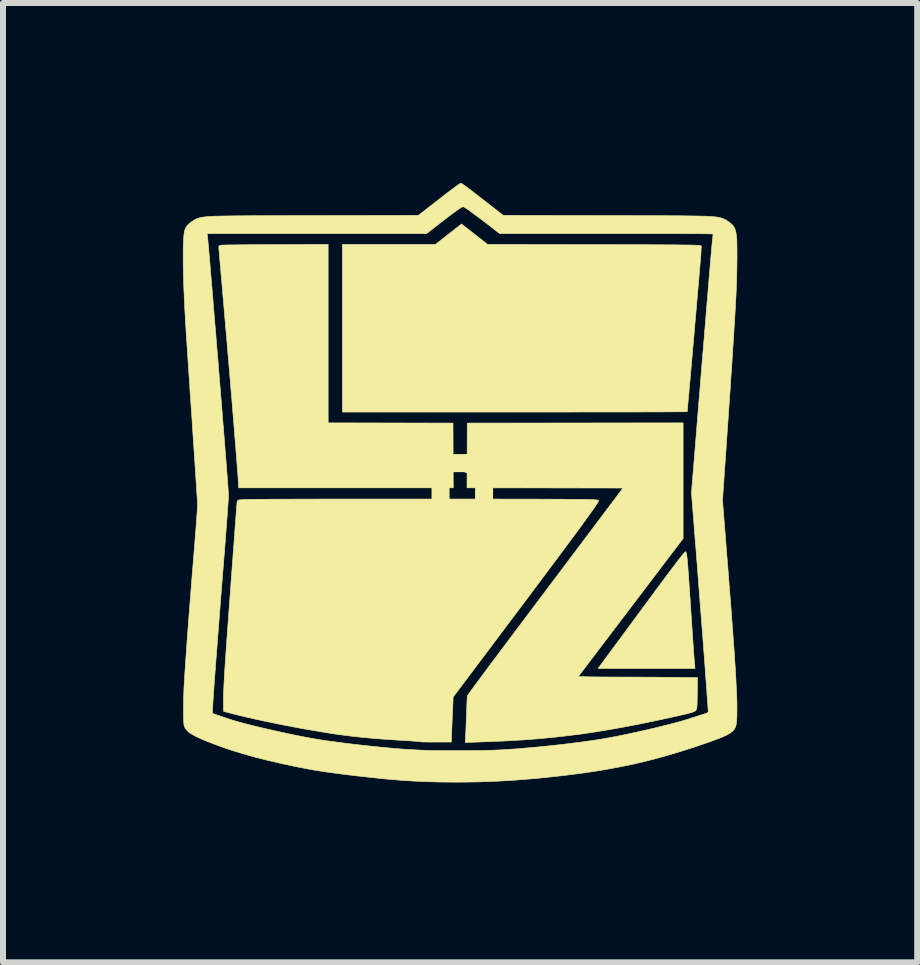
<source format=kicad_pcb>
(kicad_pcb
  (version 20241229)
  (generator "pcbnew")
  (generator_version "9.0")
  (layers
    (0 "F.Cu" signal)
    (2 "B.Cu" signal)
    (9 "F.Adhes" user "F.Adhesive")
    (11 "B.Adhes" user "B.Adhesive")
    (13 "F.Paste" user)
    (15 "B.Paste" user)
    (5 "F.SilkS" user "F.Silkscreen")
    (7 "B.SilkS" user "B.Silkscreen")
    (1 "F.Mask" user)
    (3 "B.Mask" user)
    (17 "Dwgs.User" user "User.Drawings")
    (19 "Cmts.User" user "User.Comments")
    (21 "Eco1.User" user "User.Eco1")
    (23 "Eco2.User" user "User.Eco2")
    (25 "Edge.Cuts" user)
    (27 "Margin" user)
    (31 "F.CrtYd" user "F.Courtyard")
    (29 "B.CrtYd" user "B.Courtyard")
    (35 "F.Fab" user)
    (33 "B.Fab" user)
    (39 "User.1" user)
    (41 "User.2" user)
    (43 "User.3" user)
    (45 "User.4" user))
  (footprint "b"
    (layer "F.Cu")
    (at 4.623 5)
    (property "Reference" "b" (at 0 0 0) (layer "F.SilkS") (effects (font (size 1.524 1.524) (thickness 0.3))))
    (attr through_hole)
    (fp_poly (pts (xy -2.201 -0.998) (xy -0.119 -0.995) (xy -0.115 0.085) (xy -3.692 0.085) (xy -3.701 -0.053) (xy -3.704 -0.097) (xy -3.708 -0.152) (xy -3.713 -0.218) (xy -3.719 -0.293) (xy -3.725 -0.377) (xy -3.733 -0.469) (xy -3.74 -0.568) (xy -3.749 -0.673) (xy -3.758 -0.784) (xy -3.767 -0.9) (xy -3.777 -1.02) (xy -3.787 -1.142) (xy -3.797 -1.267) (xy -3.807 -1.393) (xy -3.814 -1.473) (xy -3.821 -1.553) (xy -3.827 -1.631) (xy -3.833 -1.706) (xy -3.84 -1.78) (xy -3.846 -1.852) (xy -3.852 -1.925) (xy -3.858 -2) (xy -3.865 -2.076) (xy -3.872 -2.155) (xy -3.879 -2.237) (xy -3.886 -2.324) (xy -3.894 -2.417) (xy -3.903 -2.516) (xy -3.912 -2.622) (xy -3.922 -2.736) (xy -3.933 -2.86) (xy -3.944 -2.993) (xy -3.957 -3.136) (xy -3.964 -3.22) (xy -3.971 -3.302) (xy -3.978 -3.382) (xy -3.985 -3.459) (xy -3.991 -3.532) (xy -3.997 -3.601) (xy -4.003 -3.664) (xy -4.007 -3.719) (xy -4.012 -3.767) (xy -4.015 -3.805) (xy -4.017 -3.834) (xy -4.018 -3.845) (xy -4.022 -3.887) (xy -4.023 -3.917) (xy -4.023 -3.938) (xy -4.02 -3.949) (xy -4.019 -3.951) (xy -4.007 -3.955) (xy -3.985 -3.96) (xy -3.97 -3.963) (xy -3.957 -3.963) (xy -3.93 -3.964) (xy -3.889 -3.965) (xy -3.836 -3.966) (xy -3.772 -3.966) (xy -3.697 -3.967) (xy -3.614 -3.968) (xy -3.522 -3.969) (xy -3.423 -3.969) (xy -3.318 -3.97) (xy -3.208 -3.971) (xy -3.094 -3.971) (xy -3.065 -3.971) (xy -2.201 -3.975) (xy -2.201 -0.998)) (stroke (width 0.01) (type solid)) (fill yes) (layer "F.SilkS"))
    (fp_poly (pts (xy 3.763 1.153) (xy 3.77 1.168) (xy 3.776 1.194) (xy 3.778 1.21) (xy 3.78 1.221) (xy 3.782 1.232) (xy 3.783 1.244) (xy 3.785 1.257) (xy 3.787 1.272) (xy 3.788 1.289) (xy 3.79 1.308) (xy 3.792 1.331) (xy 3.794 1.357) (xy 3.797 1.388) (xy 3.799 1.424) (xy 3.802 1.466) (xy 3.806 1.513) (xy 3.81 1.567) (xy 3.814 1.628) (xy 3.818 1.697) (xy 3.824 1.774) (xy 3.829 1.859) (xy 3.836 1.954) (xy 3.843 2.059) (xy 3.85 2.175) (xy 3.859 2.301) (xy 3.868 2.439) (xy 3.868 2.44) (xy 3.875 2.552) (xy 3.882 2.654) (xy 3.889 2.745) (xy 3.894 2.826) (xy 3.899 2.895) (xy 3.904 2.954) (xy 3.908 3.001) (xy 3.911 3.036) (xy 3.913 3.06) (xy 3.914 3.068) (xy 3.918 3.096) (xy 2.3 3.096) (xy 2.315 3.077) (xy 2.321 3.069) (xy 2.334 3.051) (xy 2.354 3.025) (xy 2.38 2.99) (xy 2.411 2.947) (xy 2.448 2.897) (xy 2.489 2.841) (xy 2.534 2.78) (xy 2.583 2.714) (xy 2.635 2.643) (xy 2.69 2.569) (xy 2.746 2.492) (xy 2.754 2.483) (xy 2.858 2.341) (xy 2.955 2.209) (xy 3.045 2.087) (xy 3.128 1.975) (xy 3.205 1.871) (xy 3.274 1.777) (xy 3.338 1.691) (xy 3.396 1.613) (xy 3.448 1.543) (xy 3.495 1.48) (xy 3.537 1.425) (xy 3.574 1.376) (xy 3.606 1.333) (xy 3.634 1.297) (xy 3.658 1.267) (xy 3.677 1.242) (xy 3.693 1.222) (xy 3.694 1.221) (xy 3.713 1.198) (xy 3.73 1.177) (xy 3.742 1.163) (xy 3.746 1.157) (xy 3.755 1.15) (xy 3.763 1.153)) (stroke (width 0.01) (type solid)) (fill yes) (layer "F.SilkS"))
    (fp_poly (pts (xy 0.24 -4.145) (xy 0.458 -3.974) (xy 2.159 -3.971) (xy 2.359 -3.971) (xy 2.544 -3.971) (xy 2.715 -3.97) (xy 2.872 -3.97) (xy 3.017 -3.969) (xy 3.148 -3.969) (xy 3.268 -3.968) (xy 3.376 -3.968) (xy 3.473 -3.967) (xy 3.56 -3.967) (xy 3.638 -3.966) (xy 3.706 -3.965) (xy 3.766 -3.965) (xy 3.818 -3.964) (xy 3.862 -3.963) (xy 3.899 -3.962) (xy 3.93 -3.961) (xy 3.956 -3.959) (xy 3.976 -3.958) (xy 3.992 -3.957) (xy 4.004 -3.955) (xy 4.012 -3.953) (xy 4.017 -3.951) (xy 4.02 -3.95) (xy 4.021 -3.943) (xy 4.021 -3.924) (xy 4.019 -3.894) (xy 4.017 -3.854) (xy 4.014 -3.803) (xy 4.009 -3.743) (xy 4.004 -3.673) (xy 3.997 -3.595) (xy 3.991 -3.525) (xy 3.983 -3.431) (xy 3.975 -3.329) (xy 3.965 -3.221) (xy 3.955 -3.108) (xy 3.945 -2.99) (xy 3.935 -2.87) (xy 3.924 -2.747) (xy 3.913 -2.623) (xy 3.903 -2.499) (xy 3.892 -2.376) (xy 3.881 -2.256) (xy 3.871 -2.138) (xy 3.861 -2.025) (xy 3.852 -1.918) (xy 3.843 -1.817) (xy 3.835 -1.723) (xy 3.827 -1.639) (xy 3.82 -1.564) (xy 3.815 -1.499) (xy 3.814 -1.49) (xy 3.808 -1.431) (xy 3.803 -1.376) (xy 3.799 -1.325) (xy 3.795 -1.281) (xy 3.792 -1.243) (xy 3.789 -1.214) (xy 3.788 -1.195) (xy 3.787 -1.186) (xy 3.787 -1.186) (xy 3.782 -1.185) (xy 3.765 -1.185) (xy 3.738 -1.184) (xy 3.699 -1.183) (xy 3.649 -1.183) (xy 3.587 -1.183) (xy 3.513 -1.182) (xy 3.426 -1.182) (xy 3.328 -1.181) (xy 3.217 -1.181) (xy 3.092 -1.181) (xy 2.955 -1.18) (xy 2.805 -1.18) (xy 2.64 -1.18) (xy 2.463 -1.18) (xy 2.271 -1.18) (xy 2.065 -1.18) (xy 1.845 -1.179) (xy 1.61 -1.179) (xy 1.36 -1.179) (xy 1.096 -1.179) (xy 0.912 -1.179) (xy -1.963 -1.179) (xy -1.963 -3.973) (xy -0.412 -3.973) (xy -0.195 -4.144) (xy 0.023 -4.315) (xy 0.24 -4.145)) (stroke (width 0.01) (type solid)) (fill yes) (layer "F.SilkS"))
    (fp_poly (pts (xy 3.718 0.93) (xy 1.97 3.232) (xy 2.122 3.236) (xy 2.158 3.237) (xy 2.207 3.238) (xy 2.268 3.238) (xy 2.338 3.239) (xy 2.417 3.239) (xy 2.501 3.24) (xy 2.588 3.24) (xy 2.678 3.241) (xy 2.756 3.241) (xy 2.855 3.241) (xy 2.961 3.241) (xy 3.07 3.242) (xy 3.18 3.242) (xy 3.288 3.243) (xy 3.391 3.244) (xy 3.485 3.244) (xy 3.568 3.245) (xy 3.597 3.246) (xy 3.957 3.25) (xy 3.955 3.504) (xy 3.954 3.57) (xy 3.953 3.625) (xy 3.952 3.671) (xy 3.951 3.707) (xy 3.949 3.736) (xy 3.945 3.759) (xy 3.941 3.776) (xy 3.935 3.789) (xy 3.928 3.798) (xy 3.919 3.806) (xy 3.909 3.812) (xy 3.897 3.818) (xy 3.882 3.824) (xy 3.857 3.832) (xy 3.82 3.842) (xy 3.771 3.855) (xy 3.711 3.869) (xy 3.638 3.886) (xy 3.551 3.905) (xy 3.451 3.927) (xy 3.337 3.952) (xy 3.31 3.957) (xy 3.035 4.015) (xy 2.771 4.066) (xy 2.516 4.112) (xy 2.269 4.153) (xy 2.028 4.189) (xy 1.79 4.219) (xy 1.553 4.246) (xy 1.316 4.268) (xy 1.076 4.287) (xy 0.833 4.301) (xy 0.808 4.303) (xy 0.762 4.305) (xy 0.706 4.308) (xy 0.644 4.31) (xy 0.578 4.313) (xy 0.509 4.316) (xy 0.439 4.319) (xy 0.37 4.321) (xy 0.306 4.324) (xy 0.246 4.326) (xy 0.195 4.328) (xy 0.153 4.329) (xy 0.123 4.33) (xy 0.11 4.33) (xy 0.084 4.33) (xy 0.088 4.289) (xy 0.089 4.276) (xy 0.09 4.251) (xy 0.092 4.217) (xy 0.094 4.174) (xy 0.096 4.125) (xy 0.098 4.07) (xy 0.101 4.011) (xy 0.103 3.948) (xy 0.104 3.916) (xy 0.107 3.853) (xy 0.109 3.793) (xy 0.111 3.737) (xy 0.113 3.686) (xy 0.115 3.643) (xy 0.117 3.607) (xy 0.118 3.58) (xy 0.119 3.563) (xy 0.12 3.558) (xy 0.122 3.554) (xy 0.127 3.545) (xy 0.136 3.532) (xy 0.149 3.513) (xy 0.165 3.49) (xy 0.186 3.461) (xy 0.211 3.427) (xy 0.24 3.386) (xy 0.275 3.34) (xy 0.314 3.287) (xy 0.358 3.227) (xy 0.408 3.16) (xy 0.463 3.086) (xy 0.524 3.004) (xy 0.591 2.915) (xy 0.664 2.817) (xy 0.744 2.711) (xy 0.83 2.596) (xy 0.922 2.473) (xy 1.022 2.34) (xy 1.129 2.198) (xy 1.243 2.046) (xy 1.365 1.884) (xy 1.42 1.811) (xy 2.716 0.088) (xy 0.115 0.085) (xy 0.117 -0.455) (xy 0.119 -0.995) (xy 3.718 -0.998) (xy 3.718 0.93)) (stroke (width 0.01) (type solid)) (fill yes) (layer "F.SilkS"))
    (fp_poly (pts (xy -0.514 0.272) (xy -0.265 0.272) (xy -0.03 0.272) (xy 0.19 0.272) (xy 0.396 0.272) (xy 0.589 0.272) (xy 0.769 0.273) (xy 0.937 0.273) (xy 1.093 0.273) (xy 1.236 0.273) (xy 1.369 0.274) (xy 1.491 0.274) (xy 1.602 0.275) (xy 1.703 0.275) (xy 1.795 0.276) (xy 1.877 0.277) (xy 1.951 0.278) (xy 2.016 0.278) (xy 2.073 0.279) (xy 2.123 0.28) (xy 2.165 0.281) (xy 2.201 0.282) (xy 2.23 0.284) (xy 2.254 0.285) (xy 2.272 0.286) (xy 2.284 0.288) (xy 2.288 0.288) (xy 2.304 0.294) (xy 2.309 0.301) (xy 2.307 0.308) (xy 2.301 0.32) (xy 2.291 0.337) (xy 2.276 0.36) (xy 2.257 0.389) (xy 2.233 0.424) (xy 2.204 0.465) (xy 2.17 0.513) (xy 2.131 0.567) (xy 2.086 0.628) (xy 2.037 0.697) (xy 1.981 0.773) (xy 1.92 0.856) (xy 1.852 0.947) (xy 1.779 1.046) (xy 1.699 1.153) (xy 1.613 1.269) (xy 1.52 1.393) (xy 1.421 1.526) (xy 1.315 1.668) (xy 1.201 1.82) (xy 1.081 1.981) (xy 0.953 2.151) (xy 0.817 2.331) (xy 0.674 2.522) (xy 0.615 2.601) (xy -0.116 3.573) (xy -0.131 3.914) (xy -0.134 3.978) (xy -0.136 4.039) (xy -0.139 4.097) (xy -0.141 4.149) (xy -0.143 4.195) (xy -0.144 4.234) (xy -0.145 4.263) (xy -0.146 4.283) (xy -0.146 4.289) (xy -0.146 4.324) (xy -0.399 4.324) (xy -0.46 4.324) (xy -0.516 4.324) (xy -0.564 4.323) (xy -0.605 4.323) (xy -0.634 4.322) (xy -0.652 4.322) (xy -0.655 4.321) (xy -0.666 4.319) (xy -0.691 4.316) (xy -0.731 4.312) (xy -0.786 4.308) (xy -0.854 4.303) (xy -0.937 4.298) (xy -1.008 4.294) (xy -1.221 4.28) (xy -1.422 4.265) (xy -1.612 4.248) (xy -1.795 4.228) (xy -1.973 4.206) (xy -2.148 4.181) (xy -2.232 4.167) (xy -2.401 4.139) (xy -2.573 4.11) (xy -2.746 4.078) (xy -2.917 4.046) (xy -3.085 4.012) (xy -3.248 3.979) (xy -3.403 3.945) (xy -3.549 3.912) (xy -3.684 3.88) (xy -3.803 3.85) (xy -3.945 3.813) (xy -3.947 3.677) (xy -3.947 3.649) (xy -3.947 3.619) (xy -3.947 3.585) (xy -3.946 3.548) (xy -3.945 3.506) (xy -3.943 3.46) (xy -3.94 3.409) (xy -3.938 3.353) (xy -3.934 3.291) (xy -3.93 3.223) (xy -3.926 3.148) (xy -3.921 3.066) (xy -3.915 2.977) (xy -3.908 2.88) (xy -3.901 2.775) (xy -3.893 2.661) (xy -3.884 2.538) (xy -3.875 2.405) (xy -3.864 2.263) (xy -3.853 2.11) (xy -3.841 1.947) (xy -3.828 1.772) (xy -3.815 1.587) (xy -3.81 1.524) (xy -3.802 1.417) (xy -3.794 1.312) (xy -3.787 1.21) (xy -3.779 1.111) (xy -3.772 1.017) (xy -3.766 0.928) (xy -3.759 0.844) (xy -3.754 0.767) (xy -3.749 0.698) (xy -3.744 0.636) (xy -3.74 0.584) (xy -3.737 0.541) (xy -3.735 0.508) (xy -3.733 0.487) (xy -3.733 0.484) (xy -3.729 0.431) (xy -3.726 0.39) (xy -3.723 0.358) (xy -3.721 0.334) (xy -3.718 0.316) (xy -3.714 0.305) (xy -3.711 0.298) (xy -3.706 0.293) (xy -3.7 0.291) (xy -3.696 0.29) (xy -3.689 0.288) (xy -3.679 0.286) (xy -3.666 0.285) (xy -3.649 0.284) (xy -3.627 0.283) (xy -3.6 0.281) (xy -3.568 0.28) (xy -3.531 0.279) (xy -3.487 0.278) (xy -3.437 0.278) (xy -3.379 0.277) (xy -3.314 0.276) (xy -3.241 0.276) (xy -3.159 0.275) (xy -3.069 0.274) (xy -2.969 0.274) (xy -2.859 0.274) (xy -2.739 0.273) (xy -2.608 0.273) (xy -2.467 0.273) (xy -2.313 0.272) (xy -2.148 0.272) (xy -1.97 0.272) (xy -1.779 0.272) (xy -1.574 0.272) (xy -1.356 0.272) (xy -1.123 0.272) (xy -0.876 0.272) (xy -0.777 0.272) (xy -0.514 0.272)) (stroke (width 0.01) (type solid)) (fill yes) (layer "F.SilkS"))
    (fp_poly (pts (xy 0.02 -4.992) (xy 0.035 -4.983) (xy 0.058 -4.967) (xy 0.09 -4.945) (xy 0.13 -4.915) (xy 0.179 -4.878) (xy 0.237 -4.833) (xy 0.306 -4.78) (xy 0.384 -4.719) (xy 0.419 -4.692) (xy 0.72 -4.458) (xy 2.344 -4.455) (xy 2.54 -4.455) (xy 2.722 -4.455) (xy 2.889 -4.454) (xy 3.043 -4.454) (xy 3.185 -4.454) (xy 3.314 -4.453) (xy 3.431 -4.453) (xy 3.538 -4.452) (xy 3.634 -4.452) (xy 3.72 -4.451) (xy 3.798 -4.45) (xy 3.867 -4.449) (xy 3.929 -4.448) (xy 3.983 -4.447) (xy 4.031 -4.446) (xy 4.074 -4.445) (xy 4.111 -4.444) (xy 4.143 -4.442) (xy 4.172 -4.441) (xy 4.197 -4.439) (xy 4.22 -4.437) (xy 4.241 -4.435) (xy 4.261 -4.433) (xy 4.28 -4.43) (xy 4.281 -4.43) (xy 4.341 -4.419) (xy 4.392 -4.402) (xy 4.439 -4.378) (xy 4.483 -4.348) (xy 4.517 -4.321) (xy 4.544 -4.295) (xy 4.564 -4.268) (xy 4.58 -4.238) (xy 4.592 -4.203) (xy 4.601 -4.162) (xy 4.608 -4.112) (xy 4.612 -4.073) (xy 4.614 -4.04) (xy 4.615 -3.996) (xy 4.616 -3.942) (xy 4.617 -3.88) (xy 4.617 -3.812) (xy 4.617 -3.738) (xy 4.616 -3.66) (xy 4.615 -3.579) (xy 4.613 -3.497) (xy 4.611 -3.415) (xy 4.609 -3.334) (xy 4.606 -3.255) (xy 4.603 -3.18) (xy 4.6 -3.111) (xy 4.599 -3.099) (xy 4.595 -3.025) (xy 4.591 -2.946) (xy 4.586 -2.863) (xy 4.581 -2.776) (xy 4.576 -2.683) (xy 4.569 -2.585) (xy 4.563 -2.48) (xy 4.556 -2.369) (xy 4.548 -2.252) (xy 4.54 -2.126) (xy 4.532 -1.994) (xy 4.522 -1.853) (xy 4.512 -1.703) (xy 4.502 -1.544) (xy 4.49 -1.376) (xy 4.478 -1.198) (xy 4.465 -1.009) (xy 4.451 -0.81) (xy 4.437 -0.599) (xy 4.423 -0.4) (xy 4.375 0.291) (xy 4.427 0.945) (xy 4.442 1.142) (xy 4.457 1.328) (xy 4.471 1.502) (xy 4.483 1.666) (xy 4.495 1.819) (xy 4.507 1.963) (xy 4.517 2.098) (xy 4.527 2.225) (xy 4.535 2.343) (xy 4.544 2.453) (xy 4.551 2.557) (xy 4.558 2.654) (xy 4.565 2.744) (xy 4.571 2.829) (xy 4.576 2.909) (xy 4.581 2.985) (xy 4.586 3.056) (xy 4.59 3.123) (xy 4.594 3.188) (xy 4.597 3.25) (xy 4.6 3.309) (xy 4.603 3.367) (xy 4.606 3.424) (xy 4.609 3.48) (xy 4.611 3.535) (xy 4.611 3.538) (xy 4.614 3.614) (xy 4.616 3.688) (xy 4.616 3.76) (xy 4.616 3.827) (xy 4.615 3.888) (xy 4.612 3.942) (xy 4.609 3.987) (xy 4.605 4.022) (xy 4.603 4.034) (xy 4.594 4.064) (xy 4.582 4.092) (xy 4.566 4.118) (xy 4.543 4.143) (xy 4.513 4.167) (xy 4.475 4.191) (xy 4.429 4.215) (xy 4.372 4.241) (xy 4.304 4.268) (xy 4.224 4.298) (xy 4.131 4.331) (xy 4.091 4.345) (xy 3.878 4.417) (xy 3.674 4.482) (xy 3.476 4.541) (xy 3.283 4.595) (xy 3.091 4.645) (xy 2.9 4.69) (xy 2.706 4.73) (xy 2.508 4.768) (xy 2.304 4.803) (xy 2.091 4.835) (xy 1.867 4.865) (xy 1.631 4.893) (xy 1.587 4.898) (xy 1.258 4.932) (xy 0.939 4.958) (xy 0.624 4.977) (xy 0.311 4.989) (xy -0.004 4.993) (xy -0.325 4.991) (xy -0.405 4.989) (xy -0.532 4.985) (xy -0.656 4.981) (xy -0.779 4.975) (xy -0.903 4.967) (xy -1.03 4.958) (xy -1.162 4.947) (xy -1.302 4.934) (xy -1.45 4.918) (xy -1.61 4.901) (xy -1.766 4.883) (xy -1.907 4.866) (xy -2.035 4.85) (xy -2.151 4.834) (xy -2.26 4.819) (xy -2.362 4.803) (xy -2.461 4.787) (xy -2.559 4.769) (xy -2.657 4.75) (xy -2.759 4.73) (xy -2.764 4.729) (xy -2.995 4.679) (xy -3.212 4.629) (xy -3.416 4.577) (xy -3.608 4.523) (xy -3.79 4.468) (xy -3.962 4.41) (xy -4.127 4.349) (xy -4.129 4.348) (xy -4.227 4.31) (xy -4.31 4.275) (xy -4.38 4.243) (xy -4.438 4.213) (xy -4.485 4.186) (xy -4.521 4.161) (xy -4.531 4.153) (xy -4.562 4.123) (xy -4.583 4.095) (xy -4.597 4.065) (xy -4.605 4.038) (xy -4.607 4.021) (xy -4.609 3.993) (xy -4.611 3.956) (xy -4.612 3.911) (xy -4.613 3.86) (xy -4.613 3.804) (xy -4.613 3.745) (xy -4.612 3.683) (xy -4.612 3.621) (xy -4.61 3.56) (xy -4.608 3.502) (xy -4.606 3.447) (xy -4.604 3.402) (xy -4.598 3.314) (xy -4.593 3.226) (xy -4.588 3.138) (xy -4.582 3.05) (xy -4.576 2.959) (xy -4.569 2.866) (xy -4.563 2.77) (xy -4.555 2.67) (xy -4.548 2.564) (xy -4.539 2.452) (xy -4.53 2.334) (xy -4.521 2.208) (xy -4.51 2.074) (xy -4.499 1.93) (xy -4.487 1.777) (xy -4.474 1.612) (xy -4.468 1.539) (xy -4.457 1.401) (xy -4.447 1.275) (xy -4.437 1.16) (xy -4.429 1.055) (xy -4.421 0.96) (xy -4.415 0.874) (xy -4.408 0.797) (xy -4.403 0.728) (xy -4.398 0.667) (xy -4.394 0.613) (xy -4.391 0.565) (xy -4.388 0.523) (xy -4.385 0.486) (xy -4.383 0.455) (xy -4.382 0.427) (xy -4.381 0.404) (xy -4.38 0.383) (xy -4.38 0.365) (xy -4.38 0.349) (xy -4.38 0.335) (xy -4.381 0.321) (xy -4.381 0.308) (xy -4.382 0.295) (xy -4.383 0.28) (xy -4.384 0.265) (xy -4.385 0.248) (xy -4.386 0.238) (xy -4.39 0.181) (xy -4.394 0.112) (xy -4.399 0.032) (xy -4.405 -0.059) (xy -4.412 -0.16) (xy -4.419 -0.271) (xy -4.427 -0.392) (xy -4.436 -0.522) (xy -4.445 -0.662) (xy -4.455 -0.809) (xy -4.465 -0.965) (xy -4.476 -1.129) (xy -4.488 -1.3) (xy -4.5 -1.477) (xy -4.503 -1.518) (xy -4.513 -1.676) (xy -4.523 -1.822) (xy -4.532 -1.958) (xy -4.541 -2.084) (xy -4.548 -2.2) (xy -4.555 -2.307) (xy -4.562 -2.407) (xy -4.568 -2.499) (xy -4.573 -2.585) (xy -4.578 -2.664) (xy -4.582 -2.738) (xy -4.586 -2.808) (xy -4.59 -2.873) (xy -4.593 -2.935) (xy -4.595 -2.975) (xy -4.601 -3.108) (xy -4.607 -3.237) (xy -4.611 -3.36) (xy -4.614 -3.477) (xy -4.617 -3.589) (xy -4.618 -3.693) (xy -4.618 -3.79) (xy -4.618 -3.879) (xy -4.616 -3.96) (xy -4.613 -4.031) (xy -4.609 -4.092) (xy -4.605 -4.143) (xy -4.603 -4.155) (xy -4.22 -4.155) (xy -4.215 -4.12) (xy -4.213 -4.103) (xy -4.21 -4.079) (xy -4.207 -4.047) (xy -4.203 -4.006) (xy -4.199 -3.958) (xy -4.194 -3.9) (xy -4.188 -3.833) (xy -4.181 -3.757) (xy -4.174 -3.671) (xy -4.166 -3.574) (xy -4.157 -3.467) (xy -4.147 -3.349) (xy -4.136 -3.22) (xy -4.124 -3.079) (xy -4.122 -3.048) (xy -4.1 -2.776) (xy -4.078 -2.516) (xy -4.058 -2.267) (xy -4.038 -2.03) (xy -4.02 -1.805) (xy -4.003 -1.592) (xy -3.986 -1.39) (xy -3.971 -1.2) (xy -3.957 -1.022) (xy -3.943 -0.856) (xy -3.931 -0.702) (xy -3.92 -0.559) (xy -3.909 -0.428) (xy -3.9 -0.309) (xy -3.892 -0.203) (xy -3.885 -0.108) (xy -3.878 -0.024) (xy -3.873 0.047) (xy -3.869 0.106) (xy -3.866 0.153) (xy -3.864 0.188) (xy -3.863 0.211) (xy -3.863 0.218) (xy -3.863 0.232) (xy -3.865 0.258) (xy -3.867 0.294) (xy -3.87 0.34) (xy -3.874 0.395) (xy -3.878 0.458) (xy -3.883 0.529) (xy -3.889 0.606) (xy -3.895 0.69) (xy -3.902 0.778) (xy -3.909 0.871) (xy -3.916 0.968) (xy -3.924 1.068) (xy -3.928 1.122) (xy -3.946 1.346) (xy -3.963 1.559) (xy -3.979 1.76) (xy -3.994 1.95) (xy -4.008 2.129) (xy -4.021 2.297) (xy -4.033 2.455) (xy -4.045 2.603) (xy -4.055 2.741) (xy -4.065 2.869) (xy -4.074 2.988) (xy -4.082 3.097) (xy -4.09 3.198) (xy -4.097 3.291) (xy -4.103 3.375) (xy -4.108 3.452) (xy -4.113 3.52) (xy -4.117 3.582) (xy -4.121 3.636) (xy -4.123 3.683) (xy -4.126 3.724) (xy -4.128 3.758) (xy -4.129 3.786) (xy -4.129 3.809) (xy -4.13 3.826) (xy -4.129 3.838) (xy -4.129 3.845) (xy -4.128 3.847) (xy -4.119 3.85) (xy -4.099 3.857) (xy -4.07 3.868) (xy -4.033 3.88) (xy -3.991 3.894) (xy -3.947 3.909) (xy -3.902 3.924) (xy -3.86 3.938) (xy -3.822 3.951) (xy -3.791 3.961) (xy -3.779 3.964) (xy -3.714 3.983) (xy -3.635 4.005) (xy -3.545 4.028) (xy -3.446 4.053) (xy -3.34 4.079) (xy -3.229 4.105) (xy -3.114 4.131) (xy -2.997 4.157) (xy -2.881 4.182) (xy -2.767 4.206) (xy -2.658 4.228) (xy -2.555 4.248) (xy -2.46 4.265) (xy -2.385 4.278) (xy -2.331 4.287) (xy -2.264 4.297) (xy -2.187 4.308) (xy -2.103 4.319) (xy -2.013 4.331) (xy -1.922 4.343) (xy -1.83 4.354) (xy -1.741 4.365) (xy -1.658 4.374) (xy -1.624 4.378) (xy -1.474 4.394) (xy -1.337 4.408) (xy -1.21 4.42) (xy -1.092 4.431) (xy -0.981 4.44) (xy -0.874 4.447) (xy -0.769 4.453) (xy -0.664 4.459) (xy -0.557 4.463) (xy -0.485 4.465) (xy -0.443 4.466) (xy -0.388 4.467) (xy -0.322 4.467) (xy -0.248 4.468) (xy -0.167 4.468) (xy -0.082 4.468) (xy 0.005 4.468) (xy 0.091 4.468) (xy 0.174 4.467) (xy 0.252 4.466) (xy 0.323 4.466) (xy 0.385 4.465) (xy 0.434 4.464) (xy 0.454 4.463) (xy 0.553 4.46) (xy 0.643 4.456) (xy 0.728 4.452) (xy 0.813 4.446) (xy 0.902 4.44) (xy 1 4.433) (xy 1.039 4.429) (xy 1.183 4.417) (xy 1.331 4.403) (xy 1.48 4.388) (xy 1.629 4.372) (xy 1.776 4.355) (xy 1.918 4.337) (xy 2.053 4.32) (xy 2.18 4.302) (xy 2.296 4.285) (xy 2.398 4.268) (xy 2.406 4.266) (xy 2.536 4.243) (xy 2.674 4.216) (xy 2.819 4.186) (xy 2.968 4.154) (xy 3.117 4.12) (xy 3.263 4.086) (xy 3.404 4.051) (xy 3.536 4.018) (xy 3.656 3.985) (xy 3.678 3.979) (xy 3.716 3.968) (xy 3.762 3.954) (xy 3.812 3.939) (xy 3.864 3.922) (xy 3.918 3.905) (xy 3.969 3.889) (xy 4.017 3.873) (xy 4.06 3.859) (xy 4.094 3.847) (xy 4.118 3.838) (xy 4.131 3.833) (xy 4.131 3.833) (xy 4.136 3.823) (xy 4.137 3.801) (xy 4.136 3.787) (xy 4.135 3.772) (xy 4.133 3.747) (xy 4.131 3.713) (xy 4.128 3.671) (xy 4.124 3.623) (xy 4.12 3.57) (xy 4.116 3.513) (xy 4.114 3.474) (xy 4.108 3.402) (xy 4.102 3.318) (xy 4.095 3.223) (xy 4.087 3.117) (xy 4.079 3) (xy 4.069 2.874) (xy 4.059 2.738) (xy 4.048 2.592) (xy 4.036 2.438) (xy 4.023 2.276) (xy 4.01 2.106) (xy 3.996 1.928) (xy 3.982 1.743) (xy 3.967 1.551) (xy 3.952 1.354) (xy 3.936 1.15) (xy 3.919 0.941) (xy 3.902 0.726) (xy 3.891 0.587) (xy 3.858 0.166) (xy 3.923 -0.626) (xy 3.943 -0.877) (xy 3.963 -1.12) (xy 3.982 -1.355) (xy 4.001 -1.581) (xy 4.018 -1.799) (xy 4.035 -2.007) (xy 4.052 -2.207) (xy 4.068 -2.398) (xy 4.083 -2.58) (xy 4.097 -2.752) (xy 4.11 -2.915) (xy 4.123 -3.067) (xy 4.135 -3.21) (xy 4.146 -3.343) (xy 4.156 -3.465) (xy 4.166 -3.577) (xy 4.174 -3.678) (xy 4.182 -3.768) (xy 4.189 -3.848) (xy 4.195 -3.916) (xy 4.2 -3.973) (xy 4.204 -4.018) (xy 4.208 -4.052) (xy 4.21 -4.074) (xy 4.21 -4.078) (xy 4.214 -4.105) (xy 4.216 -4.127) (xy 4.218 -4.142) (xy 4.218 -4.146) (xy 4.216 -4.147) (xy 4.211 -4.148) (xy 4.201 -4.149) (xy 4.186 -4.15) (xy 4.166 -4.15) (xy 4.14 -4.151) (xy 4.107 -4.151) (xy 4.068 -4.152) (xy 4.02 -4.152) (xy 3.965 -4.153) (xy 3.901 -4.153) (xy 3.827 -4.153) (xy 3.744 -4.154) (xy 3.65 -4.154) (xy 3.545 -4.154) (xy 3.429 -4.154) (xy 3.301 -4.154) (xy 3.16 -4.155) (xy 3.006 -4.155) (xy 2.838 -4.155) (xy 2.657 -4.155) (xy 2.46 -4.155) (xy 0.658 -4.155) (xy 0.581 -4.216) (xy 0.542 -4.246) (xy 0.497 -4.281) (xy 0.449 -4.318) (xy 0.398 -4.357) (xy 0.346 -4.396) (xy 0.296 -4.434) (xy 0.247 -4.47) (xy 0.204 -4.502) (xy 0.166 -4.53) (xy 0.135 -4.552) (xy 0.114 -4.567) (xy 0.112 -4.568) (xy 0.087 -4.583) (xy 0.066 -4.595) (xy 0.051 -4.602) (xy 0.047 -4.602) (xy 0.036 -4.599) (xy 0.018 -4.59) (xy -0.007 -4.574) (xy -0.041 -4.551) (xy -0.083 -4.521) (xy -0.134 -4.484) (xy -0.194 -4.438) (xy -0.264 -4.385) (xy -0.316 -4.344) (xy -0.559 -4.155) (xy -4.22 -4.155) (xy -4.603 -4.155) (xy -4.599 -4.182) (xy -4.594 -4.203) (xy -4.58 -4.243) (xy -4.558 -4.278) (xy -4.526 -4.313) (xy -4.487 -4.345) (xy -4.441 -4.377) (xy -4.396 -4.401) (xy -4.349 -4.417) (xy -4.295 -4.428) (xy -4.281 -4.43) (xy -4.262 -4.432) (xy -4.243 -4.435) (xy -4.222 -4.437) (xy -4.2 -4.439) (xy -4.175 -4.441) (xy -4.146 -4.442) (xy -4.114 -4.444) (xy -4.078 -4.445) (xy -4.036 -4.446) (xy -3.989 -4.447) (xy -3.936 -4.448) (xy -3.875 -4.449) (xy -3.807 -4.45) (xy -3.73 -4.451) (xy -3.645 -4.451) (xy -3.55 -4.452) (xy -3.445 -4.453) (xy -3.329 -4.453) (xy -3.201 -4.453) (xy -3.062 -4.454) (xy -2.91 -4.454) (xy -2.744 -4.455) (xy -2.565 -4.455) (xy -2.37 -4.455) (xy -2.332 -4.455) (xy -0.697 -4.458) (xy -0.408 -4.683) (xy -0.322 -4.75) (xy -0.245 -4.81) (xy -0.177 -4.861) (xy -0.12 -4.904) (xy -0.073 -4.939) (xy -0.036 -4.966) (xy -0.009 -4.984) (xy 0.008 -4.994) (xy 0.013 -4.995) (xy 0.02 -4.992)) (stroke (width 0.01) (type solid)) (fill yes) (layer "F.SilkS")))
  (gr_rect
    (start -3 -3)
    (end 12.245 12.998)
    (stroke (width 0.1) (type default))
    (fill no)
    (layer "Edge.Cuts")))
</source>
